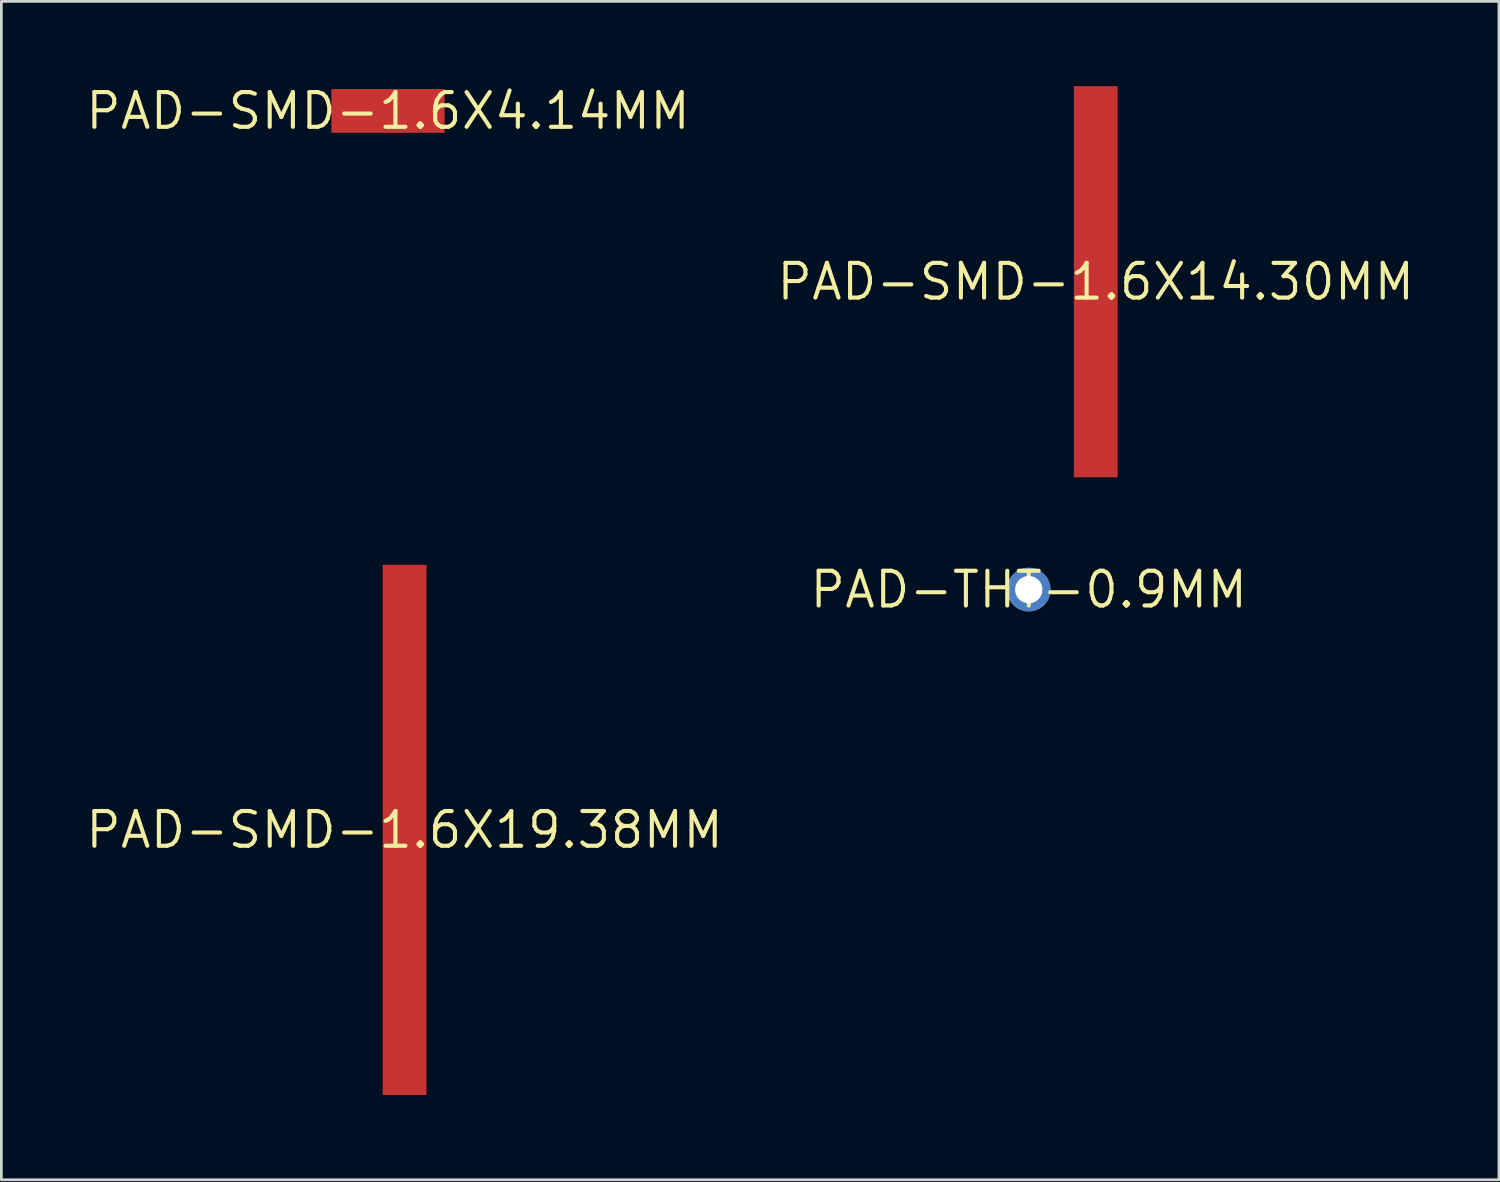
<source format=kicad_pcb>
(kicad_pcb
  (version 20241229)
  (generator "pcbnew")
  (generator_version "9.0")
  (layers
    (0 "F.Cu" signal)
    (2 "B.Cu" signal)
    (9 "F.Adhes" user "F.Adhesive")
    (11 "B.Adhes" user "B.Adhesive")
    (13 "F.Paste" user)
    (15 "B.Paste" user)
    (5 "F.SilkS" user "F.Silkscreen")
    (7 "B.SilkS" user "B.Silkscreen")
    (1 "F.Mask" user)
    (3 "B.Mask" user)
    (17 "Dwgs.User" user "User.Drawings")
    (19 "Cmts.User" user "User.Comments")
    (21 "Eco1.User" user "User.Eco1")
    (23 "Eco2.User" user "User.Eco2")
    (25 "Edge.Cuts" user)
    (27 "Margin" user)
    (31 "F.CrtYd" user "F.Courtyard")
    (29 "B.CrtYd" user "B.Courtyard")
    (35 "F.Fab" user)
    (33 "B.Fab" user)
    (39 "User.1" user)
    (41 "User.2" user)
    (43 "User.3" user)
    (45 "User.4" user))
  (footprint "PAD-SMD-1.6X4.14MM"
    (layer "F.Cu")
    (at 11.135 1.006)
    (property "Reference" "PAD-SMD-1.6X4.14MM" (at 0 0 0) (unlocked yes) (layer "F.SilkS") (effects (font (size 1.27 1.27) (thickness 0.15))))
    (fp_poly (pts (xy -2.17 0.9) (xy -0.37 0.9) (xy -0.37 -0.9) (xy -2.17 -0.9)) (stroke (width 0) (type default)) (fill yes) (layer "F.Mask"))
    (fp_poly (pts (xy 0.37 0.9) (xy 2.17 0.9) (xy 2.17 -0.9) (xy 0.37 -0.9)) (stroke (width 0) (type default)) (fill yes) (layer "F.Mask"))
    (pad "0" smd rect (at 0 0 90) (size 1.6 4.14) (layers "F.Cu")))
  (footprint "PAD-THT-0.9MM"
    (layer "F.Cu")
    (at 34.56 18.506)
    (property "Reference" "PAD-THT-0.9MM" (at 0 0 0) (unlocked yes) (layer "F.SilkS") (effects (font (size 1.27 1.27) (thickness 0.15))))
    (pad "0" thru_hole circle (at 0 0) (size 1.6 1.6) (drill 1) (layers "*.Cu" "*.Mask")))
  (footprint "PAD-SMD-1.6X14.30MM"
    (layer "F.Cu")
    (at 37.009 7.25)
    (property "Reference" "PAD-SMD-1.6X14.30MM" (at 0 0 0) (unlocked yes) (layer "F.SilkS") (effects (font (size 1.27 1.27) (thickness 0.15))))
    (fp_poly (pts (xy -0.9 7.25) (xy 0.9 7.25) (xy 0.9 -7.25) (xy -0.9 -7.25)) (stroke (width 0) (type default)) (fill yes) (layer "F.Mask"))
    (pad "0" smd rect (at 0 0) (size 1.6 14.3) (layers "F.Cu")))
  (footprint "PAD-SMD-1.6X19.38MM"
    (layer "F.Cu")
    (at 11.74 27.29)
    (property "Reference" "PAD-SMD-1.6X19.38MM" (at 0 0 0) (unlocked yes) (layer "F.SilkS") (effects (font (size 1.27 1.27) (thickness 0.15))))
    (fp_poly (pts (xy -0.9 9.79) (xy 0.9 9.79) (xy 0.9 -9.79) (xy -0.9 -9.79)) (stroke (width 0) (type default)) (fill yes) (layer "F.Mask"))
    (pad "0" smd rect (at 0 0) (size 1.6 19.38) (layers "F.Cu")))
  (gr_rect
    (start -3 -3)
    (end 51.749 40.08)
    (stroke (width 0.1) (type default))
    (fill no)
    (layer "Edge.Cuts")))
</source>
